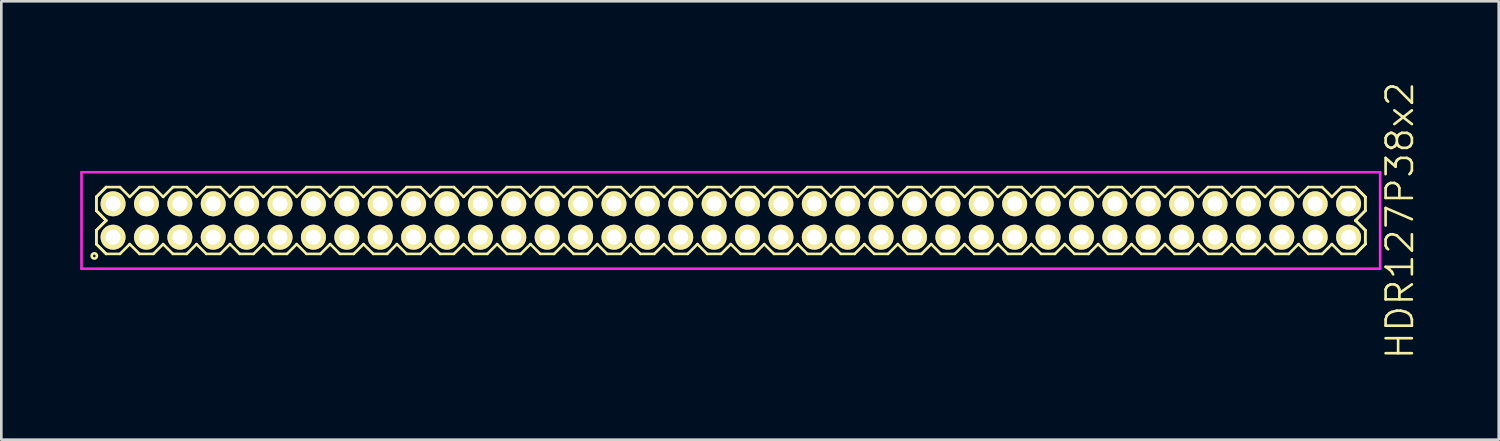
<source format=kicad_pcb>
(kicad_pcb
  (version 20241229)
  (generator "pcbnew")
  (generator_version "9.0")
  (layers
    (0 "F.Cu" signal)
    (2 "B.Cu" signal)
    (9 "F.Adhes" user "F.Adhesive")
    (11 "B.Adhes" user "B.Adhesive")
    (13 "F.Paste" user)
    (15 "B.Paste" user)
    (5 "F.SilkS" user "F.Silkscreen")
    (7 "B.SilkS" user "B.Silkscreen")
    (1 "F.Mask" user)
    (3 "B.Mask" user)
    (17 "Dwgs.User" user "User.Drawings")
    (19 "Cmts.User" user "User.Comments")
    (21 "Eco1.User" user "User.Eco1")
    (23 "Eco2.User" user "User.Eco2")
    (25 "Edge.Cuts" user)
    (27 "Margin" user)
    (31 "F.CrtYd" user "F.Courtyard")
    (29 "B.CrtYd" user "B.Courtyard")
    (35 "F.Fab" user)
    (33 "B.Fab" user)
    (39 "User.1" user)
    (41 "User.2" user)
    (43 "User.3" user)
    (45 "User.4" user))
  (footprint "HDR127P38x2"
    (layer "F.Cu")
    (at 24.745 5.336)
    (property "Reference" "HDR127P38x2" (at 25.445 0 90) (layer "F.SilkS") (effects (font (size 1 1) (thickness 0.1))))
    (attr through_hole)
    (fp_line (start -24.13 -0.898) (end -23.758 -1.27) (stroke (width 0.1) (type solid)) (layer "F.SilkS"))
    (fp_line (start -24.13 -0.898) (end -23.758 -1.27) (stroke (width 0.1) (type solid)) (layer "F.SilkS"))
    (fp_line (start -24.13 -0.372) (end -24.13 -0.898) (stroke (width 0.1) (type solid)) (layer "F.SilkS"))
    (fp_line (start -24.13 -0.372) (end -24.13 -0.898) (stroke (width 0.1) (type solid)) (layer "F.SilkS"))
    (fp_line (start -24.13 0.372) (end -23.758 0) (stroke (width 0.1) (type solid)) (layer "F.SilkS"))
    (fp_line (start -24.13 0.372) (end -23.758 0) (stroke (width 0.1) (type solid)) (layer "F.SilkS"))
    (fp_line (start -24.13 0.898) (end -24.13 0.372) (stroke (width 0.1) (type solid)) (layer "F.SilkS"))
    (fp_line (start -24.13 0.898) (end -24.13 0.372) (stroke (width 0.1) (type solid)) (layer "F.SilkS"))
    (fp_line (start -23.758 -1.27) (end -23.232 -1.27) (stroke (width 0.1) (type solid)) (layer "F.SilkS"))
    (fp_line (start -23.758 0) (end -24.13 -0.372) (stroke (width 0.1) (type solid)) (layer "F.SilkS"))
    (fp_line (start -23.758 0) (end -24.13 -0.372) (stroke (width 0.1) (type solid)) (layer "F.SilkS"))
    (fp_line (start -23.758 1.27) (end -24.13 0.898) (stroke (width 0.1) (type solid)) (layer "F.SilkS"))
    (fp_line (start -23.758 1.27) (end -24.13 0.898) (stroke (width 0.1) (type solid)) (layer "F.SilkS"))
    (fp_line (start -23.232 -1.27) (end -22.86 -0.898) (stroke (width 0.1) (type solid)) (layer "F.SilkS"))
    (fp_line (start -23.232 1.27) (end -23.758 1.27) (stroke (width 0.1) (type solid)) (layer "F.SilkS"))
    (fp_line (start -22.86 -0.898) (end -22.488 -1.27) (stroke (width 0.1) (type solid)) (layer "F.SilkS"))
    (fp_line (start -22.86 0.898) (end -23.232 1.27) (stroke (width 0.1) (type solid)) (layer "F.SilkS"))
    (fp_line (start -22.488 -1.27) (end -21.962 -1.27) (stroke (width 0.1) (type solid)) (layer "F.SilkS"))
    (fp_line (start -22.488 1.27) (end -22.86 0.898) (stroke (width 0.1) (type solid)) (layer "F.SilkS"))
    (fp_line (start -21.962 -1.27) (end -21.59 -0.898) (stroke (width 0.1) (type solid)) (layer "F.SilkS"))
    (fp_line (start -21.962 1.27) (end -22.488 1.27) (stroke (width 0.1) (type solid)) (layer "F.SilkS"))
    (fp_line (start -21.59 -0.898) (end -21.218 -1.27) (stroke (width 0.1) (type solid)) (layer "F.SilkS"))
    (fp_line (start -21.59 0.898) (end -21.962 1.27) (stroke (width 0.1) (type solid)) (layer "F.SilkS"))
    (fp_line (start -21.218 -1.27) (end -20.692 -1.27) (stroke (width 0.1) (type solid)) (layer "F.SilkS"))
    (fp_line (start -21.218 1.27) (end -21.59 0.898) (stroke (width 0.1) (type solid)) (layer "F.SilkS"))
    (fp_line (start -20.692 -1.27) (end -20.32 -0.898) (stroke (width 0.1) (type solid)) (layer "F.SilkS"))
    (fp_line (start -20.692 1.27) (end -21.218 1.27) (stroke (width 0.1) (type solid)) (layer "F.SilkS"))
    (fp_line (start -20.32 -0.898) (end -19.948 -1.27) (stroke (width 0.1) (type solid)) (layer "F.SilkS"))
    (fp_line (start -20.32 0.898) (end -20.692 1.27) (stroke (width 0.1) (type solid)) (layer "F.SilkS"))
    (fp_line (start -19.948 -1.27) (end -19.422 -1.27) (stroke (width 0.1) (type solid)) (layer "F.SilkS"))
    (fp_line (start -19.948 1.27) (end -20.32 0.898) (stroke (width 0.1) (type solid)) (layer "F.SilkS"))
    (fp_line (start -19.422 -1.27) (end -19.05 -0.898) (stroke (width 0.1) (type solid)) (layer "F.SilkS"))
    (fp_line (start -19.422 1.27) (end -19.948 1.27) (stroke (width 0.1) (type solid)) (layer "F.SilkS"))
    (fp_line (start -19.05 -0.898) (end -18.678 -1.27) (stroke (width 0.1) (type solid)) (layer "F.SilkS"))
    (fp_line (start -19.05 0.898) (end -19.422 1.27) (stroke (width 0.1) (type solid)) (layer "F.SilkS"))
    (fp_line (start -18.678 -1.27) (end -18.152 -1.27) (stroke (width 0.1) (type solid)) (layer "F.SilkS"))
    (fp_line (start -18.678 1.27) (end -19.05 0.898) (stroke (width 0.1) (type solid)) (layer "F.SilkS"))
    (fp_line (start -18.152 -1.27) (end -17.78 -0.898) (stroke (width 0.1) (type solid)) (layer "F.SilkS"))
    (fp_line (start -18.152 1.27) (end -18.678 1.27) (stroke (width 0.1) (type solid)) (layer "F.SilkS"))
    (fp_line (start -17.78 -0.898) (end -17.408 -1.27) (stroke (width 0.1) (type solid)) (layer "F.SilkS"))
    (fp_line (start -17.78 0.898) (end -18.152 1.27) (stroke (width 0.1) (type solid)) (layer "F.SilkS"))
    (fp_line (start -17.408 -1.27) (end -16.882 -1.27) (stroke (width 0.1) (type solid)) (layer "F.SilkS"))
    (fp_line (start -17.408 1.27) (end -17.78 0.898) (stroke (width 0.1) (type solid)) (layer "F.SilkS"))
    (fp_line (start -16.882 -1.27) (end -16.51 -0.898) (stroke (width 0.1) (type solid)) (layer "F.SilkS"))
    (fp_line (start -16.882 1.27) (end -17.408 1.27) (stroke (width 0.1) (type solid)) (layer "F.SilkS"))
    (fp_line (start -16.51 -0.898) (end -16.138 -1.27) (stroke (width 0.1) (type solid)) (layer "F.SilkS"))
    (fp_line (start -16.51 0.898) (end -16.882 1.27) (stroke (width 0.1) (type solid)) (layer "F.SilkS"))
    (fp_line (start -16.138 -1.27) (end -15.612 -1.27) (stroke (width 0.1) (type solid)) (layer "F.SilkS"))
    (fp_line (start -16.138 1.27) (end -16.51 0.898) (stroke (width 0.1) (type solid)) (layer "F.SilkS"))
    (fp_line (start -15.612 -1.27) (end -15.24 -0.898) (stroke (width 0.1) (type solid)) (layer "F.SilkS"))
    (fp_line (start -15.612 1.27) (end -16.138 1.27) (stroke (width 0.1) (type solid)) (layer "F.SilkS"))
    (fp_line (start -15.24 -0.898) (end -14.868 -1.27) (stroke (width 0.1) (type solid)) (layer "F.SilkS"))
    (fp_line (start -15.24 0.898) (end -15.612 1.27) (stroke (width 0.1) (type solid)) (layer "F.SilkS"))
    (fp_line (start -14.868 -1.27) (end -14.342 -1.27) (stroke (width 0.1) (type solid)) (layer "F.SilkS"))
    (fp_line (start -14.868 1.27) (end -15.24 0.898) (stroke (width 0.1) (type solid)) (layer "F.SilkS"))
    (fp_line (start -14.342 -1.27) (end -13.97 -0.898) (stroke (width 0.1) (type solid)) (layer "F.SilkS"))
    (fp_line (start -14.342 1.27) (end -14.868 1.27) (stroke (width 0.1) (type solid)) (layer "F.SilkS"))
    (fp_line (start -13.97 -0.898) (end -13.598 -1.27) (stroke (width 0.1) (type solid)) (layer "F.SilkS"))
    (fp_line (start -13.97 0.898) (end -14.342 1.27) (stroke (width 0.1) (type solid)) (layer "F.SilkS"))
    (fp_line (start -13.598 -1.27) (end -13.072 -1.27) (stroke (width 0.1) (type solid)) (layer "F.SilkS"))
    (fp_line (start -13.598 1.27) (end -13.97 0.898) (stroke (width 0.1) (type solid)) (layer "F.SilkS"))
    (fp_line (start -13.072 -1.27) (end -12.7 -0.898) (stroke (width 0.1) (type solid)) (layer "F.SilkS"))
    (fp_line (start -13.072 1.27) (end -13.598 1.27) (stroke (width 0.1) (type solid)) (layer "F.SilkS"))
    (fp_line (start -12.7 -0.898) (end -12.328 -1.27) (stroke (width 0.1) (type solid)) (layer "F.SilkS"))
    (fp_line (start -12.7 0.898) (end -13.072 1.27) (stroke (width 0.1) (type solid)) (layer "F.SilkS"))
    (fp_line (start -12.328 -1.27) (end -11.802 -1.27) (stroke (width 0.1) (type solid)) (layer "F.SilkS"))
    (fp_line (start -12.328 1.27) (end -12.7 0.898) (stroke (width 0.1) (type solid)) (layer "F.SilkS"))
    (fp_line (start -11.802 -1.27) (end -11.43 -0.898) (stroke (width 0.1) (type solid)) (layer "F.SilkS"))
    (fp_line (start -11.802 1.27) (end -12.328 1.27) (stroke (width 0.1) (type solid)) (layer "F.SilkS"))
    (fp_line (start -11.43 -0.898) (end -11.058 -1.27) (stroke (width 0.1) (type solid)) (layer "F.SilkS"))
    (fp_line (start -11.43 0.898) (end -11.802 1.27) (stroke (width 0.1) (type solid)) (layer "F.SilkS"))
    (fp_line (start -11.058 -1.27) (end -10.532 -1.27) (stroke (width 0.1) (type solid)) (layer "F.SilkS"))
    (fp_line (start -11.058 1.27) (end -11.43 0.898) (stroke (width 0.1) (type solid)) (layer "F.SilkS"))
    (fp_line (start -10.532 -1.27) (end -10.16 -0.898) (stroke (width 0.1) (type solid)) (layer "F.SilkS"))
    (fp_line (start -10.532 1.27) (end -11.058 1.27) (stroke (width 0.1) (type solid)) (layer "F.SilkS"))
    (fp_line (start -10.16 -0.898) (end -9.788 -1.27) (stroke (width 0.1) (type solid)) (layer "F.SilkS"))
    (fp_line (start -10.16 0.898) (end -10.532 1.27) (stroke (width 0.1) (type solid)) (layer "F.SilkS"))
    (fp_line (start -9.788 -1.27) (end -9.262 -1.27) (stroke (width 0.1) (type solid)) (layer "F.SilkS"))
    (fp_line (start -9.788 1.27) (end -10.16 0.898) (stroke (width 0.1) (type solid)) (layer "F.SilkS"))
    (fp_line (start -9.262 -1.27) (end -8.89 -0.898) (stroke (width 0.1) (type solid)) (layer "F.SilkS"))
    (fp_line (start -9.262 1.27) (end -9.788 1.27) (stroke (width 0.1) (type solid)) (layer "F.SilkS"))
    (fp_line (start -8.89 -0.898) (end -8.518 -1.27) (stroke (width 0.1) (type solid)) (layer "F.SilkS"))
    (fp_line (start -8.89 0.898) (end -9.262 1.27) (stroke (width 0.1) (type solid)) (layer "F.SilkS"))
    (fp_line (start -8.518 -1.27) (end -7.992 -1.27) (stroke (width 0.1) (type solid)) (layer "F.SilkS"))
    (fp_line (start -8.518 1.27) (end -8.89 0.898) (stroke (width 0.1) (type solid)) (layer "F.SilkS"))
    (fp_line (start -7.992 -1.27) (end -7.62 -0.898) (stroke (width 0.1) (type solid)) (layer "F.SilkS"))
    (fp_line (start -7.992 1.27) (end -8.518 1.27) (stroke (width 0.1) (type solid)) (layer "F.SilkS"))
    (fp_line (start -7.62 -0.898) (end -7.248 -1.27) (stroke (width 0.1) (type solid)) (layer "F.SilkS"))
    (fp_line (start -7.62 0.898) (end -7.992 1.27) (stroke (width 0.1) (type solid)) (layer "F.SilkS"))
    (fp_line (start -7.248 -1.27) (end -6.722 -1.27) (stroke (width 0.1) (type solid)) (layer "F.SilkS"))
    (fp_line (start -7.248 1.27) (end -7.62 0.898) (stroke (width 0.1) (type solid)) (layer "F.SilkS"))
    (fp_line (start -6.722 -1.27) (end -6.35 -0.898) (stroke (width 0.1) (type solid)) (layer "F.SilkS"))
    (fp_line (start -6.722 1.27) (end -7.248 1.27) (stroke (width 0.1) (type solid)) (layer "F.SilkS"))
    (fp_line (start -6.35 -0.898) (end -5.978 -1.27) (stroke (width 0.1) (type solid)) (layer "F.SilkS"))
    (fp_line (start -6.35 0.898) (end -6.722 1.27) (stroke (width 0.1) (type solid)) (layer "F.SilkS"))
    (fp_line (start -5.978 -1.27) (end -5.452 -1.27) (stroke (width 0.1) (type solid)) (layer "F.SilkS"))
    (fp_line (start -5.978 1.27) (end -6.35 0.898) (stroke (width 0.1) (type solid)) (layer "F.SilkS"))
    (fp_line (start -5.452 -1.27) (end -5.08 -0.898) (stroke (width 0.1) (type solid)) (layer "F.SilkS"))
    (fp_line (start -5.452 1.27) (end -5.978 1.27) (stroke (width 0.1) (type solid)) (layer "F.SilkS"))
    (fp_line (start -5.08 -0.898) (end -4.708 -1.27) (stroke (width 0.1) (type solid)) (layer "F.SilkS"))
    (fp_line (start -5.08 0.898) (end -5.452 1.27) (stroke (width 0.1) (type solid)) (layer "F.SilkS"))
    (fp_line (start -4.708 -1.27) (end -4.182 -1.27) (stroke (width 0.1) (type solid)) (layer "F.SilkS"))
    (fp_line (start -4.708 1.27) (end -5.08 0.898) (stroke (width 0.1) (type solid)) (layer "F.SilkS"))
    (fp_line (start -4.182 -1.27) (end -3.81 -0.898) (stroke (width 0.1) (type solid)) (layer "F.SilkS"))
    (fp_line (start -4.182 1.27) (end -4.708 1.27) (stroke (width 0.1) (type solid)) (layer "F.SilkS"))
    (fp_line (start -3.81 -0.898) (end -3.438 -1.27) (stroke (width 0.1) (type solid)) (layer "F.SilkS"))
    (fp_line (start -3.81 0.898) (end -4.182 1.27) (stroke (width 0.1) (type solid)) (layer "F.SilkS"))
    (fp_line (start -3.438 -1.27) (end -2.912 -1.27) (stroke (width 0.1) (type solid)) (layer "F.SilkS"))
    (fp_line (start -3.438 1.27) (end -3.81 0.898) (stroke (width 0.1) (type solid)) (layer "F.SilkS"))
    (fp_line (start -2.912 -1.27) (end -2.54 -0.898) (stroke (width 0.1) (type solid)) (layer "F.SilkS"))
    (fp_line (start -2.912 1.27) (end -3.438 1.27) (stroke (width 0.1) (type solid)) (layer "F.SilkS"))
    (fp_line (start -2.54 -0.898) (end -2.168 -1.27) (stroke (width 0.1) (type solid)) (layer "F.SilkS"))
    (fp_line (start -2.54 0.898) (end -2.912 1.27) (stroke (width 0.1) (type solid)) (layer "F.SilkS"))
    (fp_line (start -2.168 -1.27) (end -1.642 -1.27) (stroke (width 0.1) (type solid)) (layer "F.SilkS"))
    (fp_line (start -2.168 1.27) (end -2.54 0.898) (stroke (width 0.1) (type solid)) (layer "F.SilkS"))
    (fp_line (start -1.642 -1.27) (end -1.27 -0.898) (stroke (width 0.1) (type solid)) (layer "F.SilkS"))
    (fp_line (start -1.642 1.27) (end -2.168 1.27) (stroke (width 0.1) (type solid)) (layer "F.SilkS"))
    (fp_line (start -1.27 -0.898) (end -0.898 -1.27) (stroke (width 0.1) (type solid)) (layer "F.SilkS"))
    (fp_line (start -1.27 0.898) (end -1.642 1.27) (stroke (width 0.1) (type solid)) (layer "F.SilkS"))
    (fp_line (start -0.898 -1.27) (end -0.372 -1.27) (stroke (width 0.1) (type solid)) (layer "F.SilkS"))
    (fp_line (start -0.898 1.27) (end -1.27 0.898) (stroke (width 0.1) (type solid)) (layer "F.SilkS"))
    (fp_line (start -0.372 -1.27) (end 0 -0.898) (stroke (width 0.1) (type solid)) (layer "F.SilkS"))
    (fp_line (start -0.372 1.27) (end -0.898 1.27) (stroke (width 0.1) (type solid)) (layer "F.SilkS"))
    (fp_line (start 0 -0.898) (end 0.372 -1.27) (stroke (width 0.1) (type solid)) (layer "F.SilkS"))
    (fp_line (start 0 0.898) (end -0.372 1.27) (stroke (width 0.1) (type solid)) (layer "F.SilkS"))
    (fp_line (start 0.372 -1.27) (end 0.898 -1.27) (stroke (width 0.1) (type solid)) (layer "F.SilkS"))
    (fp_line (start 0.372 1.27) (end 0 0.898) (stroke (width 0.1) (type solid)) (layer "F.SilkS"))
    (fp_line (start 0.898 -1.27) (end 1.27 -0.898) (stroke (width 0.1) (type solid)) (layer "F.SilkS"))
    (fp_line (start 0.898 1.27) (end 0.372 1.27) (stroke (width 0.1) (type solid)) (layer "F.SilkS"))
    (fp_line (start 1.27 -0.898) (end 1.642 -1.27) (stroke (width 0.1) (type solid)) (layer "F.SilkS"))
    (fp_line (start 1.27 0.898) (end 0.898 1.27) (stroke (width 0.1) (type solid)) (layer "F.SilkS"))
    (fp_line (start 1.642 -1.27) (end 2.168 -1.27) (stroke (width 0.1) (type solid)) (layer "F.SilkS"))
    (fp_line (start 1.642 1.27) (end 1.27 0.898) (stroke (width 0.1) (type solid)) (layer "F.SilkS"))
    (fp_line (start 2.168 -1.27) (end 2.54 -0.898) (stroke (width 0.1) (type solid)) (layer "F.SilkS"))
    (fp_line (start 2.168 1.27) (end 1.642 1.27) (stroke (width 0.1) (type solid)) (layer "F.SilkS"))
    (fp_line (start 2.54 -0.898) (end 2.912 -1.27) (stroke (width 0.1) (type solid)) (layer "F.SilkS"))
    (fp_line (start 2.54 0.898) (end 2.168 1.27) (stroke (width 0.1) (type solid)) (layer "F.SilkS"))
    (fp_line (start 2.912 -1.27) (end 3.438 -1.27) (stroke (width 0.1) (type solid)) (layer "F.SilkS"))
    (fp_line (start 2.912 1.27) (end 2.54 0.898) (stroke (width 0.1) (type solid)) (layer "F.SilkS"))
    (fp_line (start 3.438 -1.27) (end 3.81 -0.898) (stroke (width 0.1) (type solid)) (layer "F.SilkS"))
    (fp_line (start 3.438 1.27) (end 2.912 1.27) (stroke (width 0.1) (type solid)) (layer "F.SilkS"))
    (fp_line (start 3.81 -0.898) (end 4.182 -1.27) (stroke (width 0.1) (type solid)) (layer "F.SilkS"))
    (fp_line (start 3.81 0.898) (end 3.438 1.27) (stroke (width 0.1) (type solid)) (layer "F.SilkS"))
    (fp_line (start 4.182 -1.27) (end 4.708 -1.27) (stroke (width 0.1) (type solid)) (layer "F.SilkS"))
    (fp_line (start 4.182 1.27) (end 3.81 0.898) (stroke (width 0.1) (type solid)) (layer "F.SilkS"))
    (fp_line (start 4.708 -1.27) (end 5.08 -0.898) (stroke (width 0.1) (type solid)) (layer "F.SilkS"))
    (fp_line (start 4.708 1.27) (end 4.182 1.27) (stroke (width 0.1) (type solid)) (layer "F.SilkS"))
    (fp_line (start 5.08 -0.898) (end 5.452 -1.27) (stroke (width 0.1) (type solid)) (layer "F.SilkS"))
    (fp_line (start 5.08 0.898) (end 4.708 1.27) (stroke (width 0.1) (type solid)) (layer "F.SilkS"))
    (fp_line (start 5.452 -1.27) (end 5.978 -1.27) (stroke (width 0.1) (type solid)) (layer "F.SilkS"))
    (fp_line (start 5.452 1.27) (end 5.08 0.898) (stroke (width 0.1) (type solid)) (layer "F.SilkS"))
    (fp_line (start 5.978 -1.27) (end 6.35 -0.898) (stroke (width 0.1) (type solid)) (layer "F.SilkS"))
    (fp_line (start 5.978 1.27) (end 5.452 1.27) (stroke (width 0.1) (type solid)) (layer "F.SilkS"))
    (fp_line (start 6.35 -0.898) (end 6.722 -1.27) (stroke (width 0.1) (type solid)) (layer "F.SilkS"))
    (fp_line (start 6.35 0.898) (end 5.978 1.27) (stroke (width 0.1) (type solid)) (layer "F.SilkS"))
    (fp_line (start 6.722 -1.27) (end 7.248 -1.27) (stroke (width 0.1) (type solid)) (layer "F.SilkS"))
    (fp_line (start 6.722 1.27) (end 6.35 0.898) (stroke (width 0.1) (type solid)) (layer "F.SilkS"))
    (fp_line (start 7.248 -1.27) (end 7.62 -0.898) (stroke (width 0.1) (type solid)) (layer "F.SilkS"))
    (fp_line (start 7.248 1.27) (end 6.722 1.27) (stroke (width 0.1) (type solid)) (layer "F.SilkS"))
    (fp_line (start 7.62 -0.898) (end 7.992 -1.27) (stroke (width 0.1) (type solid)) (layer "F.SilkS"))
    (fp_line (start 7.62 0.898) (end 7.248 1.27) (stroke (width 0.1) (type solid)) (layer "F.SilkS"))
    (fp_line (start 7.992 -1.27) (end 8.518 -1.27) (stroke (width 0.1) (type solid)) (layer "F.SilkS"))
    (fp_line (start 7.992 1.27) (end 7.62 0.898) (stroke (width 0.1) (type solid)) (layer "F.SilkS"))
    (fp_line (start 8.518 -1.27) (end 8.89 -0.898) (stroke (width 0.1) (type solid)) (layer "F.SilkS"))
    (fp_line (start 8.518 1.27) (end 7.992 1.27) (stroke (width 0.1) (type solid)) (layer "F.SilkS"))
    (fp_line (start 8.89 -0.898) (end 9.262 -1.27) (stroke (width 0.1) (type solid)) (layer "F.SilkS"))
    (fp_line (start 8.89 0.898) (end 8.518 1.27) (stroke (width 0.1) (type solid)) (layer "F.SilkS"))
    (fp_line (start 9.262 -1.27) (end 9.788 -1.27) (stroke (width 0.1) (type solid)) (layer "F.SilkS"))
    (fp_line (start 9.262 1.27) (end 8.89 0.898) (stroke (width 0.1) (type solid)) (layer "F.SilkS"))
    (fp_line (start 9.788 -1.27) (end 10.16 -0.898) (stroke (width 0.1) (type solid)) (layer "F.SilkS"))
    (fp_line (start 9.788 1.27) (end 9.262 1.27) (stroke (width 0.1) (type solid)) (layer "F.SilkS"))
    (fp_line (start 10.16 -0.898) (end 10.532 -1.27) (stroke (width 0.1) (type solid)) (layer "F.SilkS"))
    (fp_line (start 10.16 0.898) (end 9.788 1.27) (stroke (width 0.1) (type solid)) (layer "F.SilkS"))
    (fp_line (start 10.532 -1.27) (end 11.058 -1.27) (stroke (width 0.1) (type solid)) (layer "F.SilkS"))
    (fp_line (start 10.532 1.27) (end 10.16 0.898) (stroke (width 0.1) (type solid)) (layer "F.SilkS"))
    (fp_line (start 11.058 -1.27) (end 11.43 -0.898) (stroke (width 0.1) (type solid)) (layer "F.SilkS"))
    (fp_line (start 11.058 1.27) (end 10.532 1.27) (stroke (width 0.1) (type solid)) (layer "F.SilkS"))
    (fp_line (start 11.43 -0.898) (end 11.802 -1.27) (stroke (width 0.1) (type solid)) (layer "F.SilkS"))
    (fp_line (start 11.43 0.898) (end 11.058 1.27) (stroke (width 0.1) (type solid)) (layer "F.SilkS"))
    (fp_line (start 11.802 -1.27) (end 12.328 -1.27) (stroke (width 0.1) (type solid)) (layer "F.SilkS"))
    (fp_line (start 11.802 1.27) (end 11.43 0.898) (stroke (width 0.1) (type solid)) (layer "F.SilkS"))
    (fp_line (start 12.328 -1.27) (end 12.7 -0.898) (stroke (width 0.1) (type solid)) (layer "F.SilkS"))
    (fp_line (start 12.328 1.27) (end 11.802 1.27) (stroke (width 0.1) (type solid)) (layer "F.SilkS"))
    (fp_line (start 12.7 -0.898) (end 13.072 -1.27) (stroke (width 0.1) (type solid)) (layer "F.SilkS"))
    (fp_line (start 12.7 0.898) (end 12.328 1.27) (stroke (width 0.1) (type solid)) (layer "F.SilkS"))
    (fp_line (start 13.072 -1.27) (end 13.598 -1.27) (stroke (width 0.1) (type solid)) (layer "F.SilkS"))
    (fp_line (start 13.072 1.27) (end 12.7 0.898) (stroke (width 0.1) (type solid)) (layer "F.SilkS"))
    (fp_line (start 13.598 -1.27) (end 13.97 -0.898) (stroke (width 0.1) (type solid)) (layer "F.SilkS"))
    (fp_line (start 13.598 1.27) (end 13.072 1.27) (stroke (width 0.1) (type solid)) (layer "F.SilkS"))
    (fp_line (start 13.97 -0.898) (end 14.342 -1.27) (stroke (width 0.1) (type solid)) (layer "F.SilkS"))
    (fp_line (start 13.97 0.898) (end 13.598 1.27) (stroke (width 0.1) (type solid)) (layer "F.SilkS"))
    (fp_line (start 14.342 -1.27) (end 14.868 -1.27) (stroke (width 0.1) (type solid)) (layer "F.SilkS"))
    (fp_line (start 14.342 1.27) (end 13.97 0.898) (stroke (width 0.1) (type solid)) (layer "F.SilkS"))
    (fp_line (start 14.868 -1.27) (end 15.24 -0.898) (stroke (width 0.1) (type solid)) (layer "F.SilkS"))
    (fp_line (start 14.868 1.27) (end 14.342 1.27) (stroke (width 0.1) (type solid)) (layer "F.SilkS"))
    (fp_line (start 15.24 -0.898) (end 15.612 -1.27) (stroke (width 0.1) (type solid)) (layer "F.SilkS"))
    (fp_line (start 15.24 0.898) (end 14.868 1.27) (stroke (width 0.1) (type solid)) (layer "F.SilkS"))
    (fp_line (start 15.612 -1.27) (end 16.138 -1.27) (stroke (width 0.1) (type solid)) (layer "F.SilkS"))
    (fp_line (start 15.612 1.27) (end 15.24 0.898) (stroke (width 0.1) (type solid)) (layer "F.SilkS"))
    (fp_line (start 16.138 -1.27) (end 16.51 -0.898) (stroke (width 0.1) (type solid)) (layer "F.SilkS"))
    (fp_line (start 16.138 1.27) (end 15.612 1.27) (stroke (width 0.1) (type solid)) (layer "F.SilkS"))
    (fp_line (start 16.51 -0.898) (end 16.882 -1.27) (stroke (width 0.1) (type solid)) (layer "F.SilkS"))
    (fp_line (start 16.51 0.898) (end 16.138 1.27) (stroke (width 0.1) (type solid)) (layer "F.SilkS"))
    (fp_line (start 16.882 -1.27) (end 17.408 -1.27) (stroke (width 0.1) (type solid)) (layer "F.SilkS"))
    (fp_line (start 16.882 1.27) (end 16.51 0.898) (stroke (width 0.1) (type solid)) (layer "F.SilkS"))
    (fp_line (start 17.408 -1.27) (end 17.78 -0.898) (stroke (width 0.1) (type solid)) (layer "F.SilkS"))
    (fp_line (start 17.408 1.27) (end 16.882 1.27) (stroke (width 0.1) (type solid)) (layer "F.SilkS"))
    (fp_line (start 17.78 -0.898) (end 18.152 -1.27) (stroke (width 0.1) (type solid)) (layer "F.SilkS"))
    (fp_line (start 17.78 0.898) (end 17.408 1.27) (stroke (width 0.1) (type solid)) (layer "F.SilkS"))
    (fp_line (start 18.152 -1.27) (end 18.678 -1.27) (stroke (width 0.1) (type solid)) (layer "F.SilkS"))
    (fp_line (start 18.152 1.27) (end 17.78 0.898) (stroke (width 0.1) (type solid)) (layer "F.SilkS"))
    (fp_line (start 18.678 -1.27) (end 19.05 -0.898) (stroke (width 0.1) (type solid)) (layer "F.SilkS"))
    (fp_line (start 18.678 1.27) (end 18.152 1.27) (stroke (width 0.1) (type solid)) (layer "F.SilkS"))
    (fp_line (start 19.05 -0.898) (end 19.422 -1.27) (stroke (width 0.1) (type solid)) (layer "F.SilkS"))
    (fp_line (start 19.05 0.898) (end 18.678 1.27) (stroke (width 0.1) (type solid)) (layer "F.SilkS"))
    (fp_line (start 19.422 -1.27) (end 19.948 -1.27) (stroke (width 0.1) (type solid)) (layer "F.SilkS"))
    (fp_line (start 19.422 1.27) (end 19.05 0.898) (stroke (width 0.1) (type solid)) (layer "F.SilkS"))
    (fp_line (start 19.948 -1.27) (end 20.32 -0.898) (stroke (width 0.1) (type solid)) (layer "F.SilkS"))
    (fp_line (start 19.948 1.27) (end 19.422 1.27) (stroke (width 0.1) (type solid)) (layer "F.SilkS"))
    (fp_line (start 20.32 -0.898) (end 20.692 -1.27) (stroke (width 0.1) (type solid)) (layer "F.SilkS"))
    (fp_line (start 20.32 0.898) (end 19.948 1.27) (stroke (width 0.1) (type solid)) (layer "F.SilkS"))
    (fp_line (start 20.692 -1.27) (end 21.218 -1.27) (stroke (width 0.1) (type solid)) (layer "F.SilkS"))
    (fp_line (start 20.692 1.27) (end 20.32 0.898) (stroke (width 0.1) (type solid)) (layer "F.SilkS"))
    (fp_line (start 21.218 -1.27) (end 21.59 -0.898) (stroke (width 0.1) (type solid)) (layer "F.SilkS"))
    (fp_line (start 21.218 1.27) (end 20.692 1.27) (stroke (width 0.1) (type solid)) (layer "F.SilkS"))
    (fp_line (start 21.59 -0.898) (end 21.962 -1.27) (stroke (width 0.1) (type solid)) (layer "F.SilkS"))
    (fp_line (start 21.59 0.898) (end 21.218 1.27) (stroke (width 0.1) (type solid)) (layer "F.SilkS"))
    (fp_line (start 21.962 -1.27) (end 22.488 -1.27) (stroke (width 0.1) (type solid)) (layer "F.SilkS"))
    (fp_line (start 21.962 1.27) (end 21.59 0.898) (stroke (width 0.1) (type solid)) (layer "F.SilkS"))
    (fp_line (start 22.488 -1.27) (end 22.86 -0.898) (stroke (width 0.1) (type solid)) (layer "F.SilkS"))
    (fp_line (start 22.488 1.27) (end 21.962 1.27) (stroke (width 0.1) (type solid)) (layer "F.SilkS"))
    (fp_line (start 22.86 -0.898) (end 23.232 -1.27) (stroke (width 0.1) (type solid)) (layer "F.SilkS"))
    (fp_line (start 22.86 0.898) (end 22.488 1.27) (stroke (width 0.1) (type solid)) (layer "F.SilkS"))
    (fp_line (start 23.232 -1.27) (end 23.758 -1.27) (stroke (width 0.1) (type solid)) (layer "F.SilkS"))
    (fp_line (start 23.232 1.27) (end 22.86 0.898) (stroke (width 0.1) (type solid)) (layer "F.SilkS"))
    (fp_line (start 23.758 -1.27) (end 24.13 -0.898) (stroke (width 0.1) (type solid)) (layer "F.SilkS"))
    (fp_line (start 23.758 -1.27) (end 24.13 -0.898) (stroke (width 0.1) (type solid)) (layer "F.SilkS"))
    (fp_line (start 23.758 0) (end 24.13 0.372) (stroke (width 0.1) (type solid)) (layer "F.SilkS"))
    (fp_line (start 23.758 0) (end 24.13 0.372) (stroke (width 0.1) (type solid)) (layer "F.SilkS"))
    (fp_line (start 23.758 1.27) (end 23.232 1.27) (stroke (width 0.1) (type solid)) (layer "F.SilkS"))
    (fp_line (start 24.13 -0.898) (end 24.13 -0.372) (stroke (width 0.1) (type solid)) (layer "F.SilkS"))
    (fp_line (start 24.13 -0.898) (end 24.13 -0.372) (stroke (width 0.1) (type solid)) (layer "F.SilkS"))
    (fp_line (start 24.13 -0.372) (end 23.758 0) (stroke (width 0.1) (type solid)) (layer "F.SilkS"))
    (fp_line (start 24.13 -0.372) (end 23.758 0) (stroke (width 0.1) (type solid)) (layer "F.SilkS"))
    (fp_line (start 24.13 0.372) (end 24.13 0.898) (stroke (width 0.1) (type solid)) (layer "F.SilkS"))
    (fp_line (start 24.13 0.372) (end 24.13 0.898) (stroke (width 0.1) (type solid)) (layer "F.SilkS"))
    (fp_line (start 24.13 0.898) (end 23.758 1.27) (stroke (width 0.1) (type solid)) (layer "F.SilkS"))
    (fp_line (start 24.13 0.898) (end 23.758 1.27) (stroke (width 0.1) (type solid)) (layer "F.SilkS"))
    (fp_circle (center -24.208 1.348) (end -24.108 1.348) (stroke (width 0.1) (type solid)) (fill no) (layer "F.SilkS"))
    (fp_line (start -24.695 -1.835) (end -24.695 1.835) (stroke (width 0.1) (type solid)) (layer "F.CrtYd"))
    (fp_line (start -24.695 1.835) (end 24.695 1.835) (stroke (width 0.1) (type solid)) (layer "F.CrtYd"))
    (fp_line (start 24.695 -1.835) (end -24.695 -1.835) (stroke (width 0.1) (type solid)) (layer "F.CrtYd"))
    (fp_line (start 24.695 1.835) (end 24.695 -1.835) (stroke (width 0.1) (type solid)) (layer "F.CrtYd"))
    (pad "1" thru_hole oval (at -23.495 0.635) (size 0.95 0.95) (drill 0.57) (layers "*.Cu" "*.Mask" "F.SilkS"))
    (pad "2" thru_hole oval (at -23.495 -0.635) (size 0.95 0.95) (drill 0.57) (layers "*.Cu" "*.Mask" "F.SilkS"))
    (pad "3" thru_hole oval (at -22.225 0.635) (size 0.95 0.95) (drill 0.57) (layers "*.Cu" "*.Mask" "F.SilkS"))
    (pad "4" thru_hole oval (at -22.225 -0.635) (size 0.95 0.95) (drill 0.57) (layers "*.Cu" "*.Mask" "F.SilkS"))
    (pad "5" thru_hole oval (at -20.955 0.635) (size 0.95 0.95) (drill 0.57) (layers "*.Cu" "*.Mask" "F.SilkS"))
    (pad "6" thru_hole oval (at -20.955 -0.635) (size 0.95 0.95) (drill 0.57) (layers "*.Cu" "*.Mask" "F.SilkS"))
    (pad "7" thru_hole oval (at -19.685 0.635) (size 0.95 0.95) (drill 0.57) (layers "*.Cu" "*.Mask" "F.SilkS"))
    (pad "8" thru_hole oval (at -19.685 -0.635) (size 0.95 0.95) (drill 0.57) (layers "*.Cu" "*.Mask" "F.SilkS"))
    (pad "9" thru_hole oval (at -18.415 0.635) (size 0.95 0.95) (drill 0.57) (layers "*.Cu" "*.Mask" "F.SilkS"))
    (pad "10" thru_hole oval (at -18.415 -0.635) (size 0.95 0.95) (drill 0.57) (layers "*.Cu" "*.Mask" "F.SilkS"))
    (pad "11" thru_hole oval (at -17.145 0.635) (size 0.95 0.95) (drill 0.57) (layers "*.Cu" "*.Mask" "F.SilkS"))
    (pad "12" thru_hole oval (at -17.145 -0.635) (size 0.95 0.95) (drill 0.57) (layers "*.Cu" "*.Mask" "F.SilkS"))
    (pad "13" thru_hole oval (at -15.875 0.635) (size 0.95 0.95) (drill 0.57) (layers "*.Cu" "*.Mask" "F.SilkS"))
    (pad "14" thru_hole oval (at -15.875 -0.635) (size 0.95 0.95) (drill 0.57) (layers "*.Cu" "*.Mask" "F.SilkS"))
    (pad "15" thru_hole oval (at -14.605 0.635) (size 0.95 0.95) (drill 0.57) (layers "*.Cu" "*.Mask" "F.SilkS"))
    (pad "16" thru_hole oval (at -14.605 -0.635) (size 0.95 0.95) (drill 0.57) (layers "*.Cu" "*.Mask" "F.SilkS"))
    (pad "17" thru_hole oval (at -13.335 0.635) (size 0.95 0.95) (drill 0.57) (layers "*.Cu" "*.Mask" "F.SilkS"))
    (pad "18" thru_hole oval (at -13.335 -0.635) (size 0.95 0.95) (drill 0.57) (layers "*.Cu" "*.Mask" "F.SilkS"))
    (pad "19" thru_hole oval (at -12.065 0.635) (size 0.95 0.95) (drill 0.57) (layers "*.Cu" "*.Mask" "F.SilkS"))
    (pad "20" thru_hole oval (at -12.065 -0.635) (size 0.95 0.95) (drill 0.57) (layers "*.Cu" "*.Mask" "F.SilkS"))
    (pad "21" thru_hole oval (at -10.795 0.635) (size 0.95 0.95) (drill 0.57) (layers "*.Cu" "*.Mask" "F.SilkS"))
    (pad "22" thru_hole oval (at -10.795 -0.635) (size 0.95 0.95) (drill 0.57) (layers "*.Cu" "*.Mask" "F.SilkS"))
    (pad "23" thru_hole oval (at -9.525 0.635) (size 0.95 0.95) (drill 0.57) (layers "*.Cu" "*.Mask" "F.SilkS"))
    (pad "24" thru_hole oval (at -9.525 -0.635) (size 0.95 0.95) (drill 0.57) (layers "*.Cu" "*.Mask" "F.SilkS"))
    (pad "25" thru_hole oval (at -8.255 0.635) (size 0.95 0.95) (drill 0.57) (layers "*.Cu" "*.Mask" "F.SilkS"))
    (pad "26" thru_hole oval (at -8.255 -0.635) (size 0.95 0.95) (drill 0.57) (layers "*.Cu" "*.Mask" "F.SilkS"))
    (pad "27" thru_hole oval (at -6.985 0.635) (size 0.95 0.95) (drill 0.57) (layers "*.Cu" "*.Mask" "F.SilkS"))
    (pad "28" thru_hole oval (at -6.985 -0.635) (size 0.95 0.95) (drill 0.57) (layers "*.Cu" "*.Mask" "F.SilkS"))
    (pad "29" thru_hole oval (at -5.715 0.635) (size 0.95 0.95) (drill 0.57) (layers "*.Cu" "*.Mask" "F.SilkS"))
    (pad "30" thru_hole oval (at -5.715 -0.635) (size 0.95 0.95) (drill 0.57) (layers "*.Cu" "*.Mask" "F.SilkS"))
    (pad "31" thru_hole oval (at -4.445 0.635) (size 0.95 0.95) (drill 0.57) (layers "*.Cu" "*.Mask" "F.SilkS"))
    (pad "32" thru_hole oval (at -4.445 -0.635) (size 0.95 0.95) (drill 0.57) (layers "*.Cu" "*.Mask" "F.SilkS"))
    (pad "33" thru_hole oval (at -3.175 0.635) (size 0.95 0.95) (drill 0.57) (layers "*.Cu" "*.Mask" "F.SilkS"))
    (pad "34" thru_hole oval (at -3.175 -0.635) (size 0.95 0.95) (drill 0.57) (layers "*.Cu" "*.Mask" "F.SilkS"))
    (pad "35" thru_hole oval (at -1.905 0.635) (size 0.95 0.95) (drill 0.57) (layers "*.Cu" "*.Mask" "F.SilkS"))
    (pad "36" thru_hole oval (at -1.905 -0.635) (size 0.95 0.95) (drill 0.57) (layers "*.Cu" "*.Mask" "F.SilkS"))
    (pad "37" thru_hole oval (at -0.635 0.635) (size 0.95 0.95) (drill 0.57) (layers "*.Cu" "*.Mask" "F.SilkS"))
    (pad "38" thru_hole oval (at -0.635 -0.635) (size 0.95 0.95) (drill 0.57) (layers "*.Cu" "*.Mask" "F.SilkS"))
    (pad "39" thru_hole oval (at 0.635 0.635) (size 0.95 0.95) (drill 0.57) (layers "*.Cu" "*.Mask" "F.SilkS"))
    (pad "40" thru_hole oval (at 0.635 -0.635) (size 0.95 0.95) (drill 0.57) (layers "*.Cu" "*.Mask" "F.SilkS"))
    (pad "41" thru_hole oval (at 1.905 0.635) (size 0.95 0.95) (drill 0.57) (layers "*.Cu" "*.Mask" "F.SilkS"))
    (pad "42" thru_hole oval (at 1.905 -0.635) (size 0.95 0.95) (drill 0.57) (layers "*.Cu" "*.Mask" "F.SilkS"))
    (pad "43" thru_hole oval (at 3.175 0.635) (size 0.95 0.95) (drill 0.57) (layers "*.Cu" "*.Mask" "F.SilkS"))
    (pad "44" thru_hole oval (at 3.175 -0.635) (size 0.95 0.95) (drill 0.57) (layers "*.Cu" "*.Mask" "F.SilkS"))
    (pad "45" thru_hole oval (at 4.445 0.635) (size 0.95 0.95) (drill 0.57) (layers "*.Cu" "*.Mask" "F.SilkS"))
    (pad "46" thru_hole oval (at 4.445 -0.635) (size 0.95 0.95) (drill 0.57) (layers "*.Cu" "*.Mask" "F.SilkS"))
    (pad "47" thru_hole oval (at 5.715 0.635) (size 0.95 0.95) (drill 0.57) (layers "*.Cu" "*.Mask" "F.SilkS"))
    (pad "48" thru_hole oval (at 5.715 -0.635) (size 0.95 0.95) (drill 0.57) (layers "*.Cu" "*.Mask" "F.SilkS"))
    (pad "49" thru_hole oval (at 6.985 0.635) (size 0.95 0.95) (drill 0.57) (layers "*.Cu" "*.Mask" "F.SilkS"))
    (pad "50" thru_hole oval (at 6.985 -0.635) (size 0.95 0.95) (drill 0.57) (layers "*.Cu" "*.Mask" "F.SilkS"))
    (pad "51" thru_hole oval (at 8.255 0.635) (size 0.95 0.95) (drill 0.57) (layers "*.Cu" "*.Mask" "F.SilkS"))
    (pad "52" thru_hole oval (at 8.255 -0.635) (size 0.95 0.95) (drill 0.57) (layers "*.Cu" "*.Mask" "F.SilkS"))
    (pad "53" thru_hole oval (at 9.525 0.635) (size 0.95 0.95) (drill 0.57) (layers "*.Cu" "*.Mask" "F.SilkS"))
    (pad "54" thru_hole oval (at 9.525 -0.635) (size 0.95 0.95) (drill 0.57) (layers "*.Cu" "*.Mask" "F.SilkS"))
    (pad "55" thru_hole oval (at 10.795 0.635) (size 0.95 0.95) (drill 0.57) (layers "*.Cu" "*.Mask" "F.SilkS"))
    (pad "56" thru_hole oval (at 10.795 -0.635) (size 0.95 0.95) (drill 0.57) (layers "*.Cu" "*.Mask" "F.SilkS"))
    (pad "57" thru_hole oval (at 12.065 0.635) (size 0.95 0.95) (drill 0.57) (layers "*.Cu" "*.Mask" "F.SilkS"))
    (pad "58" thru_hole oval (at 12.065 -0.635) (size 0.95 0.95) (drill 0.57) (layers "*.Cu" "*.Mask" "F.SilkS"))
    (pad "59" thru_hole oval (at 13.335 0.635) (size 0.95 0.95) (drill 0.57) (layers "*.Cu" "*.Mask" "F.SilkS"))
    (pad "60" thru_hole oval (at 13.335 -0.635) (size 0.95 0.95) (drill 0.57) (layers "*.Cu" "*.Mask" "F.SilkS"))
    (pad "61" thru_hole oval (at 14.605 0.635) (size 0.95 0.95) (drill 0.57) (layers "*.Cu" "*.Mask" "F.SilkS"))
    (pad "62" thru_hole oval (at 14.605 -0.635) (size 0.95 0.95) (drill 0.57) (layers "*.Cu" "*.Mask" "F.SilkS"))
    (pad "63" thru_hole oval (at 15.875 0.635) (size 0.95 0.95) (drill 0.57) (layers "*.Cu" "*.Mask" "F.SilkS"))
    (pad "64" thru_hole oval (at 15.875 -0.635) (size 0.95 0.95) (drill 0.57) (layers "*.Cu" "*.Mask" "F.SilkS"))
    (pad "65" thru_hole oval (at 17.145 0.635) (size 0.95 0.95) (drill 0.57) (layers "*.Cu" "*.Mask" "F.SilkS"))
    (pad "66" thru_hole oval (at 17.145 -0.635) (size 0.95 0.95) (drill 0.57) (layers "*.Cu" "*.Mask" "F.SilkS"))
    (pad "67" thru_hole oval (at 18.415 0.635) (size 0.95 0.95) (drill 0.57) (layers "*.Cu" "*.Mask" "F.SilkS"))
    (pad "68" thru_hole oval (at 18.415 -0.635) (size 0.95 0.95) (drill 0.57) (layers "*.Cu" "*.Mask" "F.SilkS"))
    (pad "69" thru_hole oval (at 19.685 0.635) (size 0.95 0.95) (drill 0.57) (layers "*.Cu" "*.Mask" "F.SilkS"))
    (pad "70" thru_hole oval (at 19.685 -0.635) (size 0.95 0.95) (drill 0.57) (layers "*.Cu" "*.Mask" "F.SilkS"))
    (pad "71" thru_hole oval (at 20.955 0.635) (size 0.95 0.95) (drill 0.57) (layers "*.Cu" "*.Mask" "F.SilkS"))
    (pad "72" thru_hole oval (at 20.955 -0.635) (size 0.95 0.95) (drill 0.57) (layers "*.Cu" "*.Mask" "F.SilkS"))
    (pad "73" thru_hole oval (at 22.225 0.635) (size 0.95 0.95) (drill 0.57) (layers "*.Cu" "*.Mask" "F.SilkS"))
    (pad "74" thru_hole oval (at 22.225 -0.635) (size 0.95 0.95) (drill 0.57) (layers "*.Cu" "*.Mask" "F.SilkS"))
    (pad "75" thru_hole oval (at 23.495 0.635) (size 0.95 0.95) (drill 0.57) (layers "*.Cu" "*.Mask" "F.SilkS"))
    (pad "76" thru_hole oval (at 23.495 -0.635) (size 0.95 0.95) (drill 0.57) (layers "*.Cu" "*.Mask" "F.SilkS")))
  (gr_rect
    (start -3 -3)
    (end 53.95 13.671)
    (stroke (width 0.1) (type default))
    (fill no)
    (layer "Edge.Cuts")))
</source>
